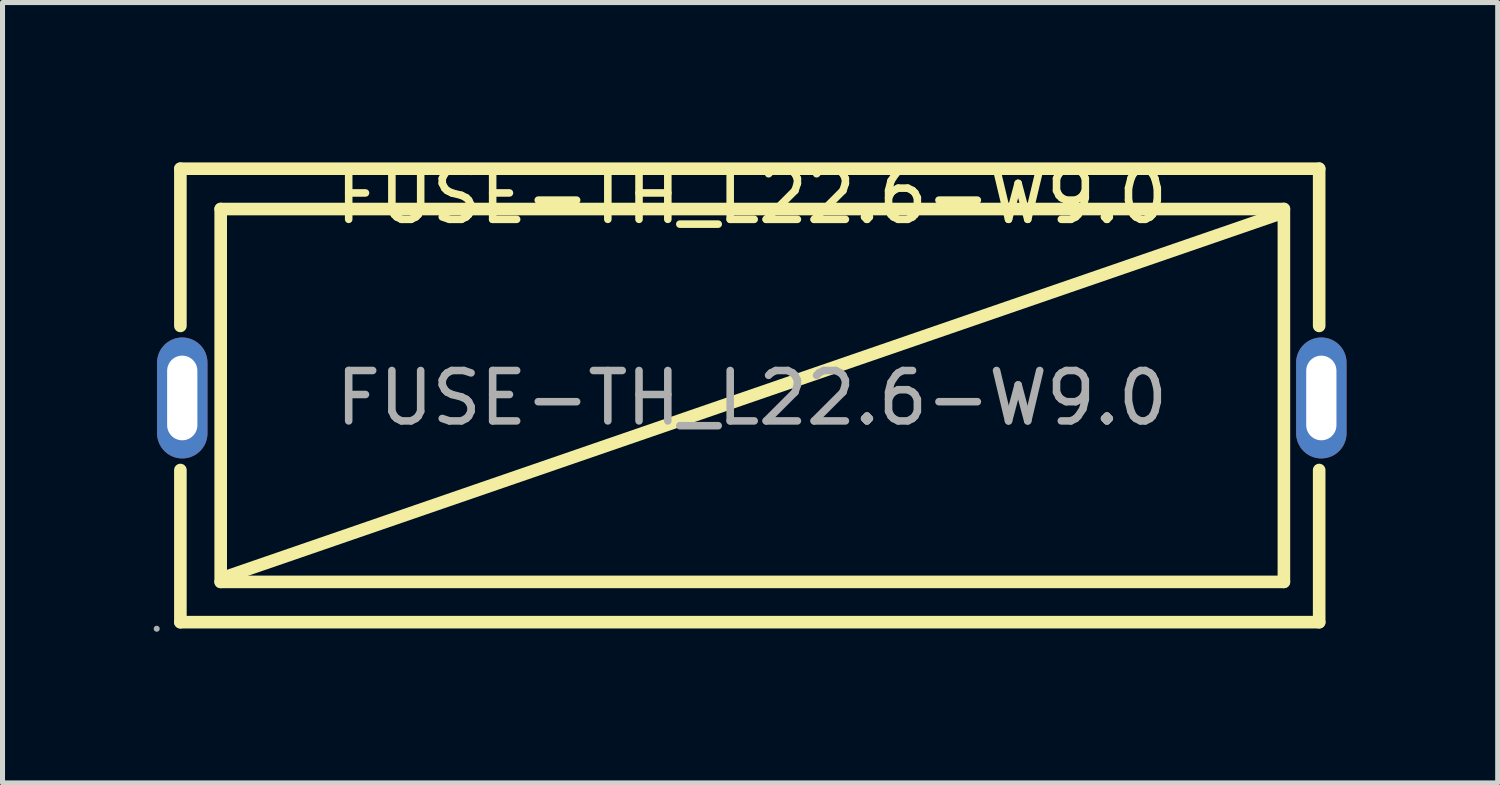
<source format=kicad_pcb>
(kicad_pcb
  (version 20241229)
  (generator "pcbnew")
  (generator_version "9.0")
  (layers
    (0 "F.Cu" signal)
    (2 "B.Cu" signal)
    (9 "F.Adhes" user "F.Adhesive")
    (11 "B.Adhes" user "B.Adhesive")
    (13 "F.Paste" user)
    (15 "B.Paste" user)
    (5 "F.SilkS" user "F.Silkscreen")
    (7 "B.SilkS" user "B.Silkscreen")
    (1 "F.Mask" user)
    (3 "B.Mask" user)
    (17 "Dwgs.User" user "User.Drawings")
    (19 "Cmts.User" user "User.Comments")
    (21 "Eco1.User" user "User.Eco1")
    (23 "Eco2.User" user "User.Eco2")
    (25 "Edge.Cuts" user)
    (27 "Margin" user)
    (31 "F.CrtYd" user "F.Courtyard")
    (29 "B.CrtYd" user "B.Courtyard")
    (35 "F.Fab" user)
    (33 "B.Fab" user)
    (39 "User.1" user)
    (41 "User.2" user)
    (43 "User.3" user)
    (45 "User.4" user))
  (footprint "FUSE-TH_L22.6-W9.0"
    (layer "F.Cu")
    (at 11.87 4.848)
    (property "Reference" "FUSE-TH_L22.6-W9.0" (at 0 -4 0) (layer "F.SilkS") (effects (font (size 1 1) (thickness 0.15))))
    (attr through_hole)
    (fp_line (start -11.34 -4.55) (end -11.34 -1.43) (stroke (width 0.25) (type solid)) (layer "F.SilkS"))
    (fp_line (start -11.34 -4.55) (end 11.26 -4.55) (stroke (width 0.25) (type solid)) (layer "F.SilkS"))
    (fp_line (start -11.34 1.43) (end -11.34 4.45) (stroke (width 0.25) (type solid)) (layer "F.SilkS"))
    (fp_line (start -10.54 -3.75) (end 10.56 -3.75) (stroke (width 0.25) (type solid)) (layer "F.SilkS"))
    (fp_line (start -10.54 3.65) (end -10.54 -3.75) (stroke (width 0.25) (type solid)) (layer "F.SilkS"))
    (fp_line (start 10.46 -3.65) (end -10.44 3.55) (stroke (width 0.25) (type solid)) (layer "F.SilkS"))
    (fp_line (start 10.56 -3.75) (end 10.56 3.65) (stroke (width 0.25) (type solid)) (layer "F.SilkS"))
    (fp_line (start 10.56 3.65) (end -10.54 3.65) (stroke (width 0.25) (type solid)) (layer "F.SilkS"))
    (fp_line (start 11.26 -1.43) (end 11.26 -4.55) (stroke (width 0.25) (type solid)) (layer "F.SilkS"))
    (fp_line (start 11.26 4.45) (end -11.34 4.45) (stroke (width 0.25) (type solid)) (layer "F.SilkS"))
    (fp_line (start 11.26 4.45) (end 11.26 1.43) (stroke (width 0.25) (type solid)) (layer "F.SilkS"))
    (fp_circle (center -11.81 4.58) (end -11.78 4.58) (stroke (width 0.06) (type solid)) (fill no) (layer "F.Fab"))
    (fp_text user "${REFERENCE}" (at 0 0 0) (layer "F.Fab") (effects (font (size 1 1) (thickness 0.15))))
    (pad "1" thru_hole oval (at -11.303 0 180) (size 1 2.4) (drill oval 0.6 1.68) (layers "*.Cu" "*.Mask"))
    (pad "2" thru_hole oval (at 11.303 0 180) (size 1 2.4) (drill oval 0.6 1.68) (layers "*.Cu" "*.Mask")))
  (gr_rect
    (start -3 -3)
    (end 26.673 12.488)
    (stroke (width 0.1) (type default))
    (fill no)
    (layer "Edge.Cuts")))
</source>
